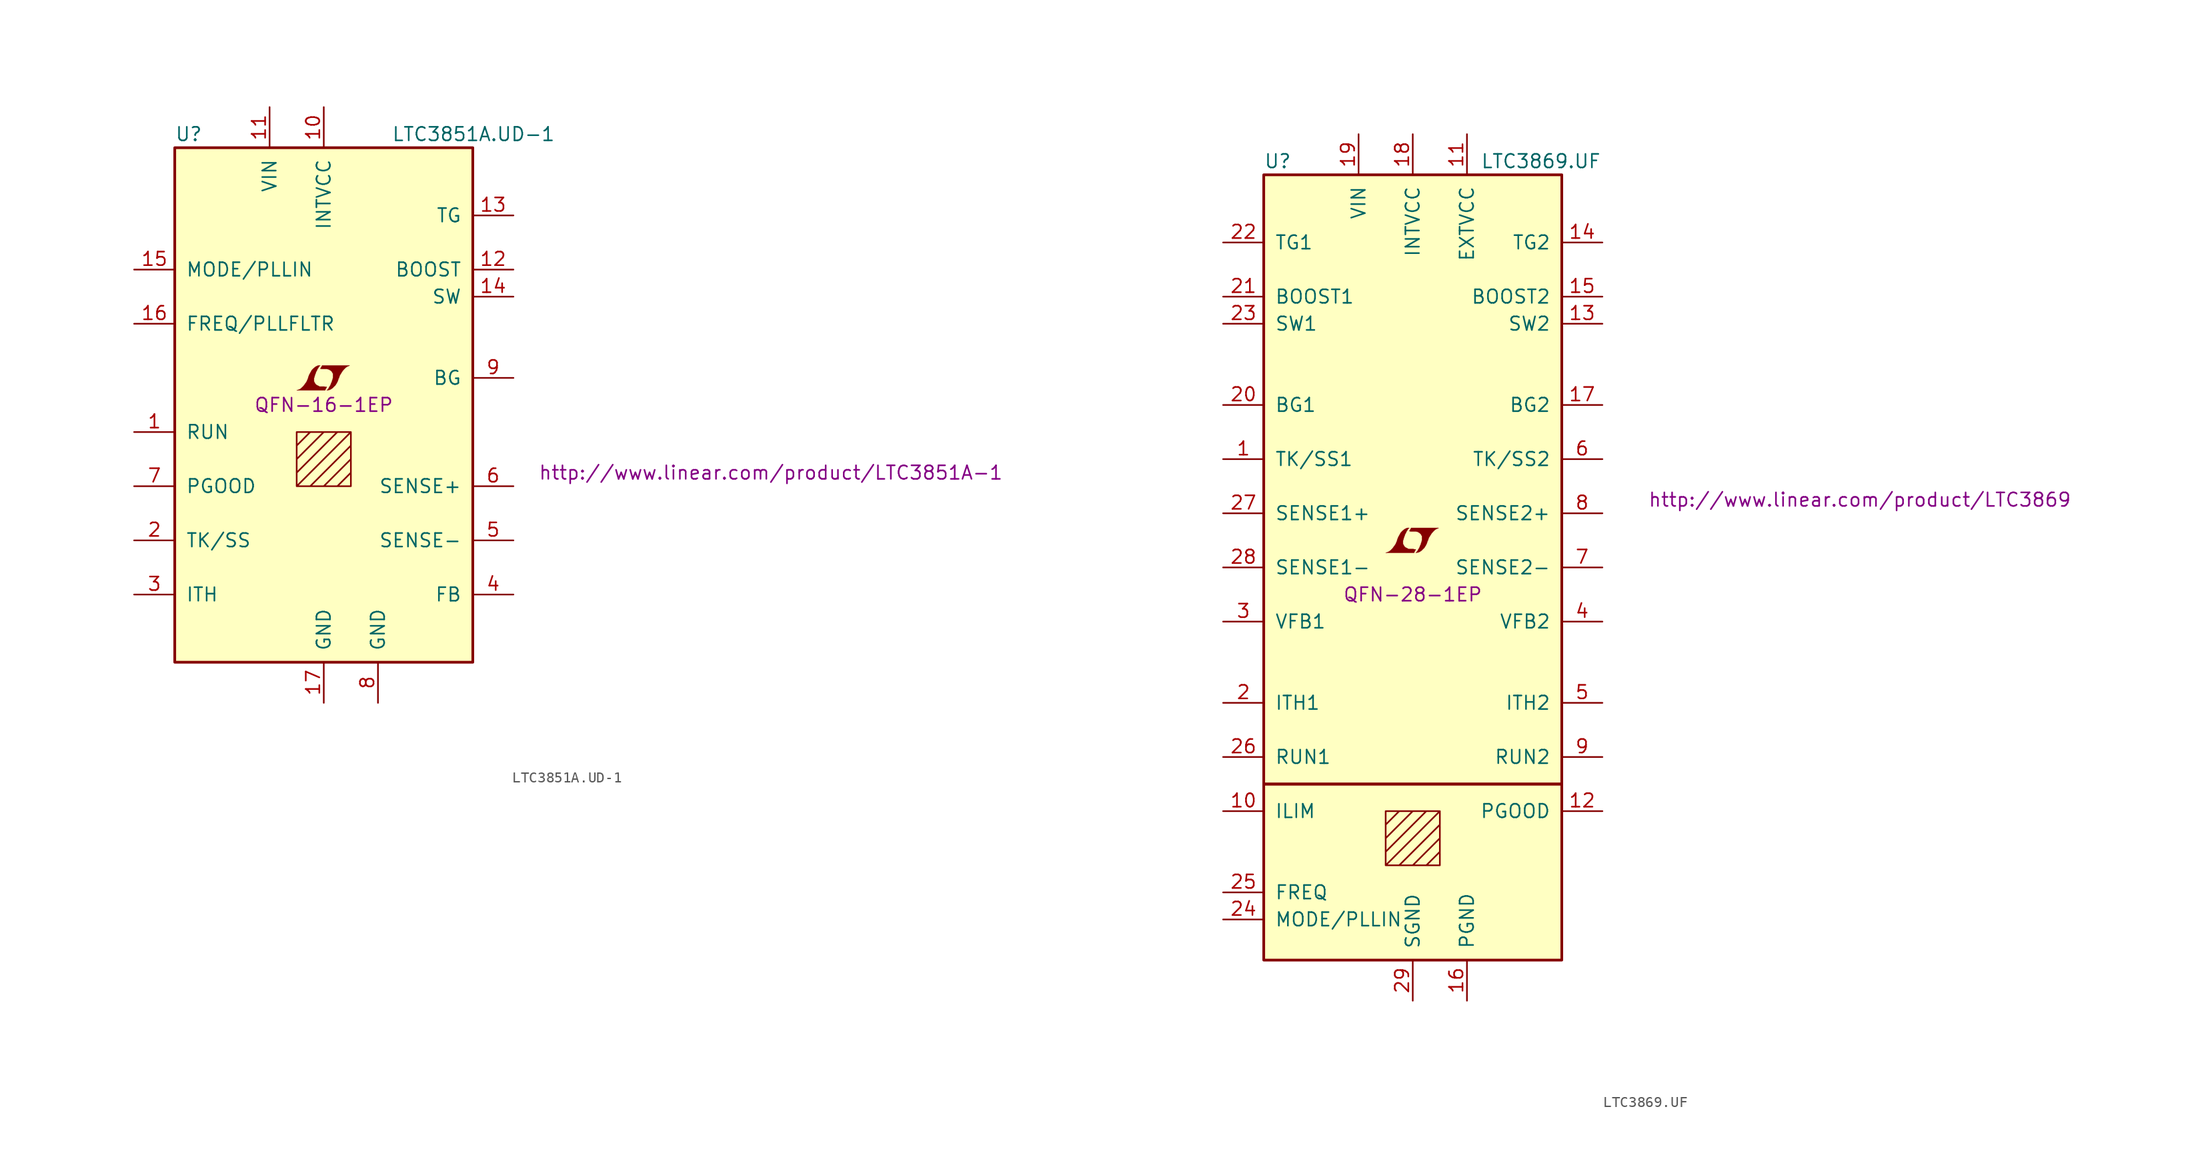
<source format=kicad_sym>
(kicad_symbol_lib
  (version 20201005)
  (generator kicad_symbol_editor)
  (symbol "LTC3851A.UD-1"
    (pin_names
      (offset 1.016))
    (property "Reference" "U"
      (at -13.97 25.4 0)
      (effects (font (size 1.27 1.27)) (justify left)))
    (property "Value" "LTC3851A.UD-1"
      (at 6.35 25.4 0)
      (effects (font (size 1.27 1.27)) (justify left)))
    (property "Footprint" "QFN-16-1EP"
      (at 0 0 0)
      (effects (font (size 1.27 1.27))))
    (property "Datasheet" "http://www.linear.com/product/LTC3851A-1"
      (at 41.91 -6.35 0)
      (effects (font (size 1.27 1.27))))
    (symbol "LTC3851A.UD-1_0_0"
      (polyline (pts (xy 0.203 1.549) (xy 0.229 1.575) (xy 0.279 1.676) (xy 0.279 1.702) (xy 0.152 1.702) (xy 0.051 1.727) (xy -0.406 1.727) (xy -0.432 1.753) (xy -0.686 1.88) (xy -0.787 1.981) (xy -0.864 2.108) (xy -0.914 2.21) (xy -0.914 2.515) (xy -0.864 2.667) (xy -0.838 2.769) (xy -0.813 2.845) (xy -0.762 2.972) (xy -0.711 3.124) (xy -0.635 3.251) (xy -0.584 3.378) (xy -0.508 3.48) (xy -0.457 3.581) (xy -0.33 3.708) (xy -0.508 3.708) (xy -0.635 3.658) (xy -0.737 3.607) (xy -0.813 3.556) (xy -0.94 3.454) (xy -1.118 3.277) (xy -1.372 2.819) (xy -1.473 2.54) (xy -1.473 2.489) (xy -1.524 2.388) (xy -1.575 2.261) (xy -1.626 2.159) (xy -1.753 1.981) (xy -1.905 1.778) (xy -2.057 1.626) (xy -2.21 1.499) (xy -2.388 1.422) (xy -2.54 1.372) (xy 0.127 1.372) (xy 0.203 1.549)) (stroke (width 0.025)) (fill (type outline)))
      (polyline (pts (xy 0.406 1.397) (xy 0.483 1.397) (xy 0.66 1.473) (xy 0.813 1.575) (xy 1.092 1.854) (xy 1.219 2.057) (xy 1.321 2.261) (xy 1.397 2.515) (xy 1.422 2.515) (xy 1.499 2.769) (xy 1.753 3.175) (xy 1.905 3.353) (xy 2.057 3.505) (xy 2.21 3.607) (xy 2.388 3.683) (xy 2.413 3.683) (xy 2.413 3.708) (xy -0.152 3.708) (xy -0.229 3.556) (xy -0.254 3.531) (xy -0.305 3.429) (xy -0.33 3.404) (xy -0.279 3.404) (xy -0.229 3.378) (xy 0.305 3.378) (xy 0.356 3.353) (xy 0.406 3.353) (xy 0.483 3.327) (xy 0.61 3.251) (xy 0.737 3.15) (xy 0.813 3.023) (xy 0.838 2.972) (xy 0.864 2.946) (xy 0.864 2.54) (xy 0.838 2.489) (xy 0.838 2.413) (xy 0.787 2.311) (xy 0.762 2.184) (xy 0.686 2.032) (xy 0.635 1.88) (xy 0.483 1.626) (xy 0.432 1.524) (xy 0.279 1.372) (xy 0.406 1.397)) (stroke (width 0.025)) (fill (type outline))))
    (symbol "LTC3851A.UD-1_0_1"
      (rectangle (start -13.97 24.13) (end 13.97 -24.13) (stroke (width 0.254)) (fill (type background)))
      (polyline (pts (xy -2.54 -3.81) (xy -1.27 -2.54) (xy 0 -2.54) (xy -2.54 -5.08) (xy -2.54 -6.35) (xy 1.27 -2.54) (xy 2.54 -2.54) (xy -2.54 -7.62) (xy -1.27 -7.62) (xy 2.54 -3.81) (xy 2.54 -5.08) (xy 0 -7.62) (xy 1.27 -7.62) (xy 2.54 -6.35) (xy 2.54 -7.62) (xy -2.54 -7.62) (xy -2.54 -2.54) (xy 2.54 -2.54) (xy 2.54 -7.62)) (stroke (width 0)) (fill (type none))))
    (symbol "LTC3851A.UD-1_1_1"
      (pin input line (at -17.78 -2.54 0) (length 3.81) (name "RUN" (effects (font (size 1.27 1.27)))) (number "1" (effects (font (size 1.27 1.27)))))
      (pin passive line (at 0 27.94 270) (length 3.81) (name "INTVCC" (effects (font (size 1.27 1.27)))) (number "10" (effects (font (size 1.27 1.27)))))
      (pin power_in line (at -5.08 27.94 270) (length 3.81) (name "VIN" (effects (font (size 1.27 1.27)))) (number "11" (effects (font (size 1.27 1.27)))))
      (pin passive line (at 17.78 12.7 180) (length 3.81) (name "BOOST" (effects (font (size 1.27 1.27)))) (number "12" (effects (font (size 1.27 1.27)))))
      (pin passive line (at 17.78 17.78 180) (length 3.81) (name "TG" (effects (font (size 1.27 1.27)))) (number "13" (effects (font (size 1.27 1.27)))))
      (pin passive line (at 17.78 10.16 180) (length 3.81) (name "SW" (effects (font (size 1.27 1.27)))) (number "14" (effects (font (size 1.27 1.27)))))
      (pin input line (at -17.78 12.7 0) (length 3.81) (name "MODE/PLLIN" (effects (font (size 1.27 1.27)))) (number "15" (effects (font (size 1.27 1.27)))))
      (pin input line (at -17.78 7.62 0) (length 3.81) (name "FREQ/PLLFLTR" (effects (font (size 1.27 1.27)))) (number "16" (effects (font (size 1.27 1.27)))))
      (pin power_in line (at 0 -27.94 90) (length 3.81) (name "GND" (effects (font (size 1.27 1.27)))) (number "17" (effects (font (size 1.27 1.27)))))
      (pin passive line (at -17.78 -12.7 0) (length 3.81) (name "TK/SS" (effects (font (size 1.27 1.27)))) (number "2" (effects (font (size 1.27 1.27)))))
      (pin passive line (at -17.78 -17.78 0) (length 3.81) (name "ITH" (effects (font (size 1.27 1.27)))) (number "3" (effects (font (size 1.27 1.27)))))
      (pin passive line (at 17.78 -17.78 180) (length 3.81) (name "FB" (effects (font (size 1.27 1.27)))) (number "4" (effects (font (size 1.27 1.27)))))
      (pin passive line (at 17.78 -12.7 180) (length 3.81) (name "SENSE-" (effects (font (size 1.27 1.27)))) (number "5" (effects (font (size 1.27 1.27)))))
      (pin passive line (at 17.78 -7.62 180) (length 3.81) (name "SENSE+" (effects (font (size 1.27 1.27)))) (number "6" (effects (font (size 1.27 1.27)))))
      (pin open_collector line (at -17.78 -7.62 0) (length 3.81) (name "PGOOD" (effects (font (size 1.27 1.27)))) (number "7" (effects (font (size 1.27 1.27)))))
      (pin power_in line (at 5.08 -27.94 90) (length 3.81) (name "GND" (effects (font (size 1.27 1.27)))) (number "8" (effects (font (size 1.27 1.27)))))
      (pin passive line (at 17.78 2.54 180) (length 3.81) (name "BG" (effects (font (size 1.27 1.27)))) (number "9" (effects (font (size 1.27 1.27)))))))
  (symbol "LTC3869.UF"
    (pin_names
      (offset 1.016))
    (property "Reference" "U"
      (at -13.97 38.1 0)
      (effects (font (size 1.27 1.27)) (justify left)))
    (property "Value" "LTC3869.UF"
      (at 6.35 38.1 0)
      (effects (font (size 1.27 1.27)) (justify left)))
    (property "Footprint" "QFN-28-1EP"
      (at 0 -2.54 0)
      (effects (font (size 1.27 1.27))))
    (property "Datasheet" "http://www.linear.com/product/LTC3869"
      (at 41.91 6.35 0)
      (effects (font (size 1.27 1.27))))
    (symbol "LTC3869.UF_0_0"
      (polyline (pts (xy 0.203 1.549) (xy 0.229 1.575) (xy 0.279 1.676) (xy 0.279 1.702) (xy 0.152 1.702) (xy 0.051 1.727) (xy -0.406 1.727) (xy -0.432 1.753) (xy -0.686 1.88) (xy -0.787 1.981) (xy -0.864 2.108) (xy -0.914 2.21) (xy -0.914 2.515) (xy -0.864 2.667) (xy -0.838 2.769) (xy -0.813 2.845) (xy -0.762 2.972) (xy -0.711 3.124) (xy -0.635 3.251) (xy -0.584 3.378) (xy -0.508 3.48) (xy -0.457 3.581) (xy -0.33 3.708) (xy -0.508 3.708) (xy -0.635 3.658) (xy -0.737 3.607) (xy -0.813 3.556) (xy -0.94 3.454) (xy -1.118 3.277) (xy -1.372 2.819) (xy -1.473 2.54) (xy -1.473 2.489) (xy -1.524 2.388) (xy -1.575 2.261) (xy -1.626 2.159) (xy -1.753 1.981) (xy -1.905 1.778) (xy -2.057 1.626) (xy -2.21 1.499) (xy -2.388 1.422) (xy -2.54 1.372) (xy 0.127 1.372) (xy 0.203 1.549)) (stroke (width 0.025)) (fill (type outline)))
      (polyline (pts (xy 0.406 1.397) (xy 0.483 1.397) (xy 0.66 1.473) (xy 0.813 1.575) (xy 1.092 1.854) (xy 1.219 2.057) (xy 1.321 2.261) (xy 1.397 2.515) (xy 1.422 2.515) (xy 1.499 2.769) (xy 1.753 3.175) (xy 1.905 3.353) (xy 2.057 3.505) (xy 2.21 3.607) (xy 2.388 3.683) (xy 2.413 3.683) (xy 2.413 3.708) (xy -0.152 3.708) (xy -0.229 3.556) (xy -0.254 3.531) (xy -0.305 3.429) (xy -0.33 3.404) (xy -0.279 3.404) (xy -0.229 3.378) (xy 0.305 3.378) (xy 0.356 3.353) (xy 0.406 3.353) (xy 0.483 3.327) (xy 0.61 3.251) (xy 0.737 3.15) (xy 0.813 3.023) (xy 0.838 2.972) (xy 0.864 2.946) (xy 0.864 2.54) (xy 0.838 2.489) (xy 0.838 2.413) (xy 0.787 2.311) (xy 0.762 2.184) (xy 0.686 2.032) (xy 0.635 1.88) (xy 0.483 1.626) (xy 0.432 1.524) (xy 0.279 1.372) (xy 0.406 1.397)) (stroke (width 0.025)) (fill (type outline))))
    (symbol "LTC3869.UF_0_1"
      (rectangle (start -13.97 36.83) (end 13.97 -20.32) (stroke (width 0.254)) (fill (type background)))
      (rectangle (start 13.97 -20.32) (end -13.97 -36.83) (stroke (width 0.254)) (fill (type background)))
      (polyline (pts (xy -2.54 -24.13) (xy -1.27 -22.86) (xy 0 -22.86) (xy -2.54 -25.4) (xy -2.54 -26.67) (xy 1.27 -22.86) (xy 2.54 -22.86) (xy -2.54 -27.94) (xy -1.27 -27.94) (xy 2.54 -24.13) (xy 2.54 -25.4) (xy 0 -27.94) (xy 1.27 -27.94) (xy 2.54 -26.67) (xy 2.54 -27.94) (xy -2.54 -27.94) (xy -2.54 -22.86) (xy 2.54 -22.86) (xy 2.54 -27.94)) (stroke (width 0)) (fill (type none))))
    (symbol "LTC3869.UF_1_1"
      (pin passive line (at -17.78 10.16 0) (length 3.81) (name "TK/SS1" (effects (font (size 1.27 1.27)))) (number "1" (effects (font (size 1.27 1.27)))))
      (pin passive line (at -17.78 -22.86 0) (length 3.81) (name "ILIM" (effects (font (size 1.27 1.27)))) (number "10" (effects (font (size 1.27 1.27)))))
      (pin passive line (at 5.08 40.64 270) (length 3.81) (name "EXTVCC" (effects (font (size 1.27 1.27)))) (number "11" (effects (font (size 1.27 1.27)))))
      (pin open_collector line (at 17.78 -22.86 180) (length 3.81) (name "PGOOD" (effects (font (size 1.27 1.27)))) (number "12" (effects (font (size 1.27 1.27)))))
      (pin passive line (at 17.78 22.86 180) (length 3.81) (name "SW2" (effects (font (size 1.27 1.27)))) (number "13" (effects (font (size 1.27 1.27)))))
      (pin passive line (at 17.78 30.48 180) (length 3.81) (name "TG2" (effects (font (size 1.27 1.27)))) (number "14" (effects (font (size 1.27 1.27)))))
      (pin passive line (at 17.78 25.4 180) (length 3.81) (name "BOOST2" (effects (font (size 1.27 1.27)))) (number "15" (effects (font (size 1.27 1.27)))))
      (pin power_in line (at 5.08 -40.64 90) (length 3.81) (name "PGND" (effects (font (size 1.27 1.27)))) (number "16" (effects (font (size 1.27 1.27)))))
      (pin passive line (at 17.78 15.24 180) (length 3.81) (name "BG2" (effects (font (size 1.27 1.27)))) (number "17" (effects (font (size 1.27 1.27)))))
      (pin passive line (at 0 40.64 270) (length 3.81) (name "INTVCC" (effects (font (size 1.27 1.27)))) (number "18" (effects (font (size 1.27 1.27)))))
      (pin power_in line (at -5.08 40.64 270) (length 3.81) (name "VIN" (effects (font (size 1.27 1.27)))) (number "19" (effects (font (size 1.27 1.27)))))
      (pin passive line (at -17.78 -12.7 0) (length 3.81) (name "ITH1" (effects (font (size 1.27 1.27)))) (number "2" (effects (font (size 1.27 1.27)))))
      (pin passive line (at -17.78 15.24 0) (length 3.81) (name "BG1" (effects (font (size 1.27 1.27)))) (number "20" (effects (font (size 1.27 1.27)))))
      (pin passive line (at -17.78 25.4 0) (length 3.81) (name "BOOST1" (effects (font (size 1.27 1.27)))) (number "21" (effects (font (size 1.27 1.27)))))
      (pin passive line (at -17.78 30.48 0) (length 3.81) (name "TG1" (effects (font (size 1.27 1.27)))) (number "22" (effects (font (size 1.27 1.27)))))
      (pin passive line (at -17.78 22.86 0) (length 3.81) (name "SW1" (effects (font (size 1.27 1.27)))) (number "23" (effects (font (size 1.27 1.27)))))
      (pin input line (at -17.78 -33.02 0) (length 3.81) (name "MODE/PLLIN" (effects (font (size 1.27 1.27)))) (number "24" (effects (font (size 1.27 1.27)))))
      (pin input line (at -17.78 -30.48 0) (length 3.81) (name "FREQ" (effects (font (size 1.27 1.27)))) (number "25" (effects (font (size 1.27 1.27)))))
      (pin input line (at -17.78 -17.78 0) (length 3.81) (name "RUN1" (effects (font (size 1.27 1.27)))) (number "26" (effects (font (size 1.27 1.27)))))
      (pin passive line (at -17.78 5.08 0) (length 3.81) (name "SENSE1+" (effects (font (size 1.27 1.27)))) (number "27" (effects (font (size 1.27 1.27)))))
      (pin passive line (at -17.78 0 0) (length 3.81) (name "SENSE1-" (effects (font (size 1.27 1.27)))) (number "28" (effects (font (size 1.27 1.27)))))
      (pin power_in line (at 0 -40.64 90) (length 3.81) (name "SGND" (effects (font (size 1.27 1.27)))) (number "29" (effects (font (size 1.27 1.27)))))
      (pin passive line (at -17.78 -5.08 0) (length 3.81) (name "VFB1" (effects (font (size 1.27 1.27)))) (number "3" (effects (font (size 1.27 1.27)))))
      (pin passive line (at 17.78 -5.08 180) (length 3.81) (name "VFB2" (effects (font (size 1.27 1.27)))) (number "4" (effects (font (size 1.27 1.27)))))
      (pin passive line (at 17.78 -12.7 180) (length 3.81) (name "ITH2" (effects (font (size 1.27 1.27)))) (number "5" (effects (font (size 1.27 1.27)))))
      (pin passive line (at 17.78 10.16 180) (length 3.81) (name "TK/SS2" (effects (font (size 1.27 1.27)))) (number "6" (effects (font (size 1.27 1.27)))))
      (pin passive line (at 17.78 0 180) (length 3.81) (name "SENSE2-" (effects (font (size 1.27 1.27)))) (number "7" (effects (font (size 1.27 1.27)))))
      (pin passive line (at 17.78 5.08 180) (length 3.81) (name "SENSE2+" (effects (font (size 1.27 1.27)))) (number "8" (effects (font (size 1.27 1.27)))))
      (pin input line (at 17.78 -17.78 180) (length 3.81) (name "RUN2" (effects (font (size 1.27 1.27)))) (number "9" (effects (font (size 1.27 1.27))))))))
</source>
